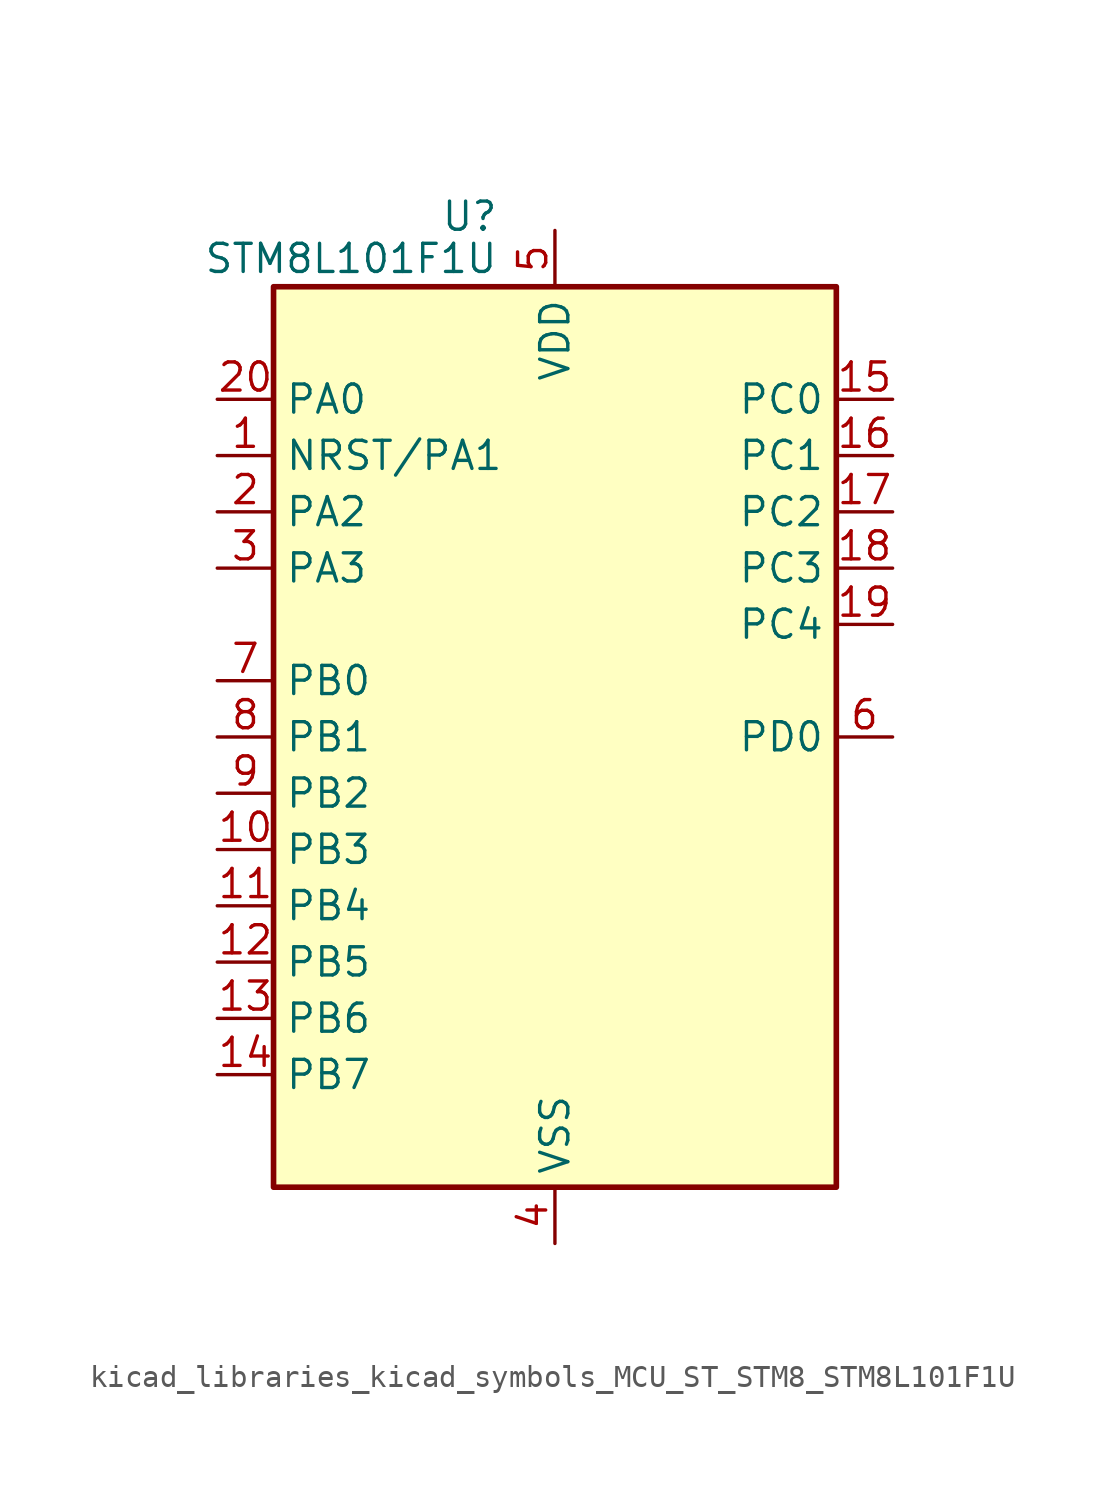
<source format=kicad_sym>
(kicad_symbol_lib
  (version 20220914)
  (generator kicad_symbol_editor)
  (symbol "kicad_libraries_kicad_symbols_MCU_ST_STM8_STM8L101F1U"
    (property "Reference" "U"
      (at -2.54 23.495 0)
      (effects (font (size 1.27 1.27)) (justify right)))
    (property "Value" "STM8L101F1U"
      (at -2.54 21.59 0)
      (effects (font (size 1.27 1.27)) (justify right)))
    (symbol "kicad_libraries_kicad_symbols_MCU_ST_STM8_STM8L101F1U_0_1"
      (rectangle (start -12.7 20.32) (end 12.7 -20.32) (stroke (width 0.254) (type default)) (fill (type background))))
    (symbol "kicad_libraries_kicad_symbols_MCU_ST_STM8_STM8L101F1U_1_1"
      (pin bidirectional line (at -15.24 12.7 0) (length 2.54) (name "NRST/PA1" (effects (font (size 1.27 1.27)))) (number "1" (effects (font (size 1.27 1.27)))))
      (pin bidirectional line (at -15.24 -5.08 0) (length 2.54) (name "PB3" (effects (font (size 1.27 1.27)))) (number "10" (effects (font (size 1.27 1.27)))))
      (pin bidirectional line (at -15.24 -7.62 0) (length 2.54) (name "PB4" (effects (font (size 1.27 1.27)))) (number "11" (effects (font (size 1.27 1.27)))))
      (pin bidirectional line (at -15.24 -10.16 0) (length 2.54) (name "PB5" (effects (font (size 1.27 1.27)))) (number "12" (effects (font (size 1.27 1.27)))))
      (pin bidirectional line (at -15.24 -12.7 0) (length 2.54) (name "PB6" (effects (font (size 1.27 1.27)))) (number "13" (effects (font (size 1.27 1.27)))))
      (pin bidirectional line (at -15.24 -15.24 0) (length 2.54) (name "PB7" (effects (font (size 1.27 1.27)))) (number "14" (effects (font (size 1.27 1.27)))))
      (pin bidirectional line (at 15.24 15.24 180) (length 2.54) (name "PC0" (effects (font (size 1.27 1.27)))) (number "15" (effects (font (size 1.27 1.27)))))
      (pin bidirectional line (at 15.24 12.7 180) (length 2.54) (name "PC1" (effects (font (size 1.27 1.27)))) (number "16" (effects (font (size 1.27 1.27)))))
      (pin bidirectional line (at 15.24 10.16 180) (length 2.54) (name "PC2" (effects (font (size 1.27 1.27)))) (number "17" (effects (font (size 1.27 1.27)))))
      (pin bidirectional line (at 15.24 7.62 180) (length 2.54) (name "PC3" (effects (font (size 1.27 1.27)))) (number "18" (effects (font (size 1.27 1.27)))))
      (pin bidirectional line (at 15.24 5.08 180) (length 2.54) (name "PC4" (effects (font (size 1.27 1.27)))) (number "19" (effects (font (size 1.27 1.27)))))
      (pin bidirectional line (at -15.24 10.16 0) (length 2.54) (name "PA2" (effects (font (size 1.27 1.27)))) (number "2" (effects (font (size 1.27 1.27)))))
      (pin bidirectional line (at -15.24 15.24 0) (length 2.54) (name "PA0" (effects (font (size 1.27 1.27)))) (number "20" (effects (font (size 1.27 1.27)))))
      (pin bidirectional line (at -15.24 7.62 0) (length 2.54) (name "PA3" (effects (font (size 1.27 1.27)))) (number "3" (effects (font (size 1.27 1.27)))))
      (pin power_in line (at 0 -22.86 90) (length 2.54) (name "VSS" (effects (font (size 1.27 1.27)))) (number "4" (effects (font (size 1.27 1.27)))))
      (pin power_in line (at 0 22.86 270) (length 2.54) (name "VDD" (effects (font (size 1.27 1.27)))) (number "5" (effects (font (size 1.27 1.27)))))
      (pin bidirectional line (at 15.24 0 180) (length 2.54) (name "PD0" (effects (font (size 1.27 1.27)))) (number "6" (effects (font (size 1.27 1.27)))))
      (pin bidirectional line (at -15.24 2.54 0) (length 2.54) (name "PB0" (effects (font (size 1.27 1.27)))) (number "7" (effects (font (size 1.27 1.27)))))
      (pin bidirectional line (at -15.24 0 0) (length 2.54) (name "PB1" (effects (font (size 1.27 1.27)))) (number "8" (effects (font (size 1.27 1.27)))))
      (pin bidirectional line (at -15.24 -2.54 0) (length 2.54) (name "PB2" (effects (font (size 1.27 1.27)))) (number "9" (effects (font (size 1.27 1.27))))))))
</source>
